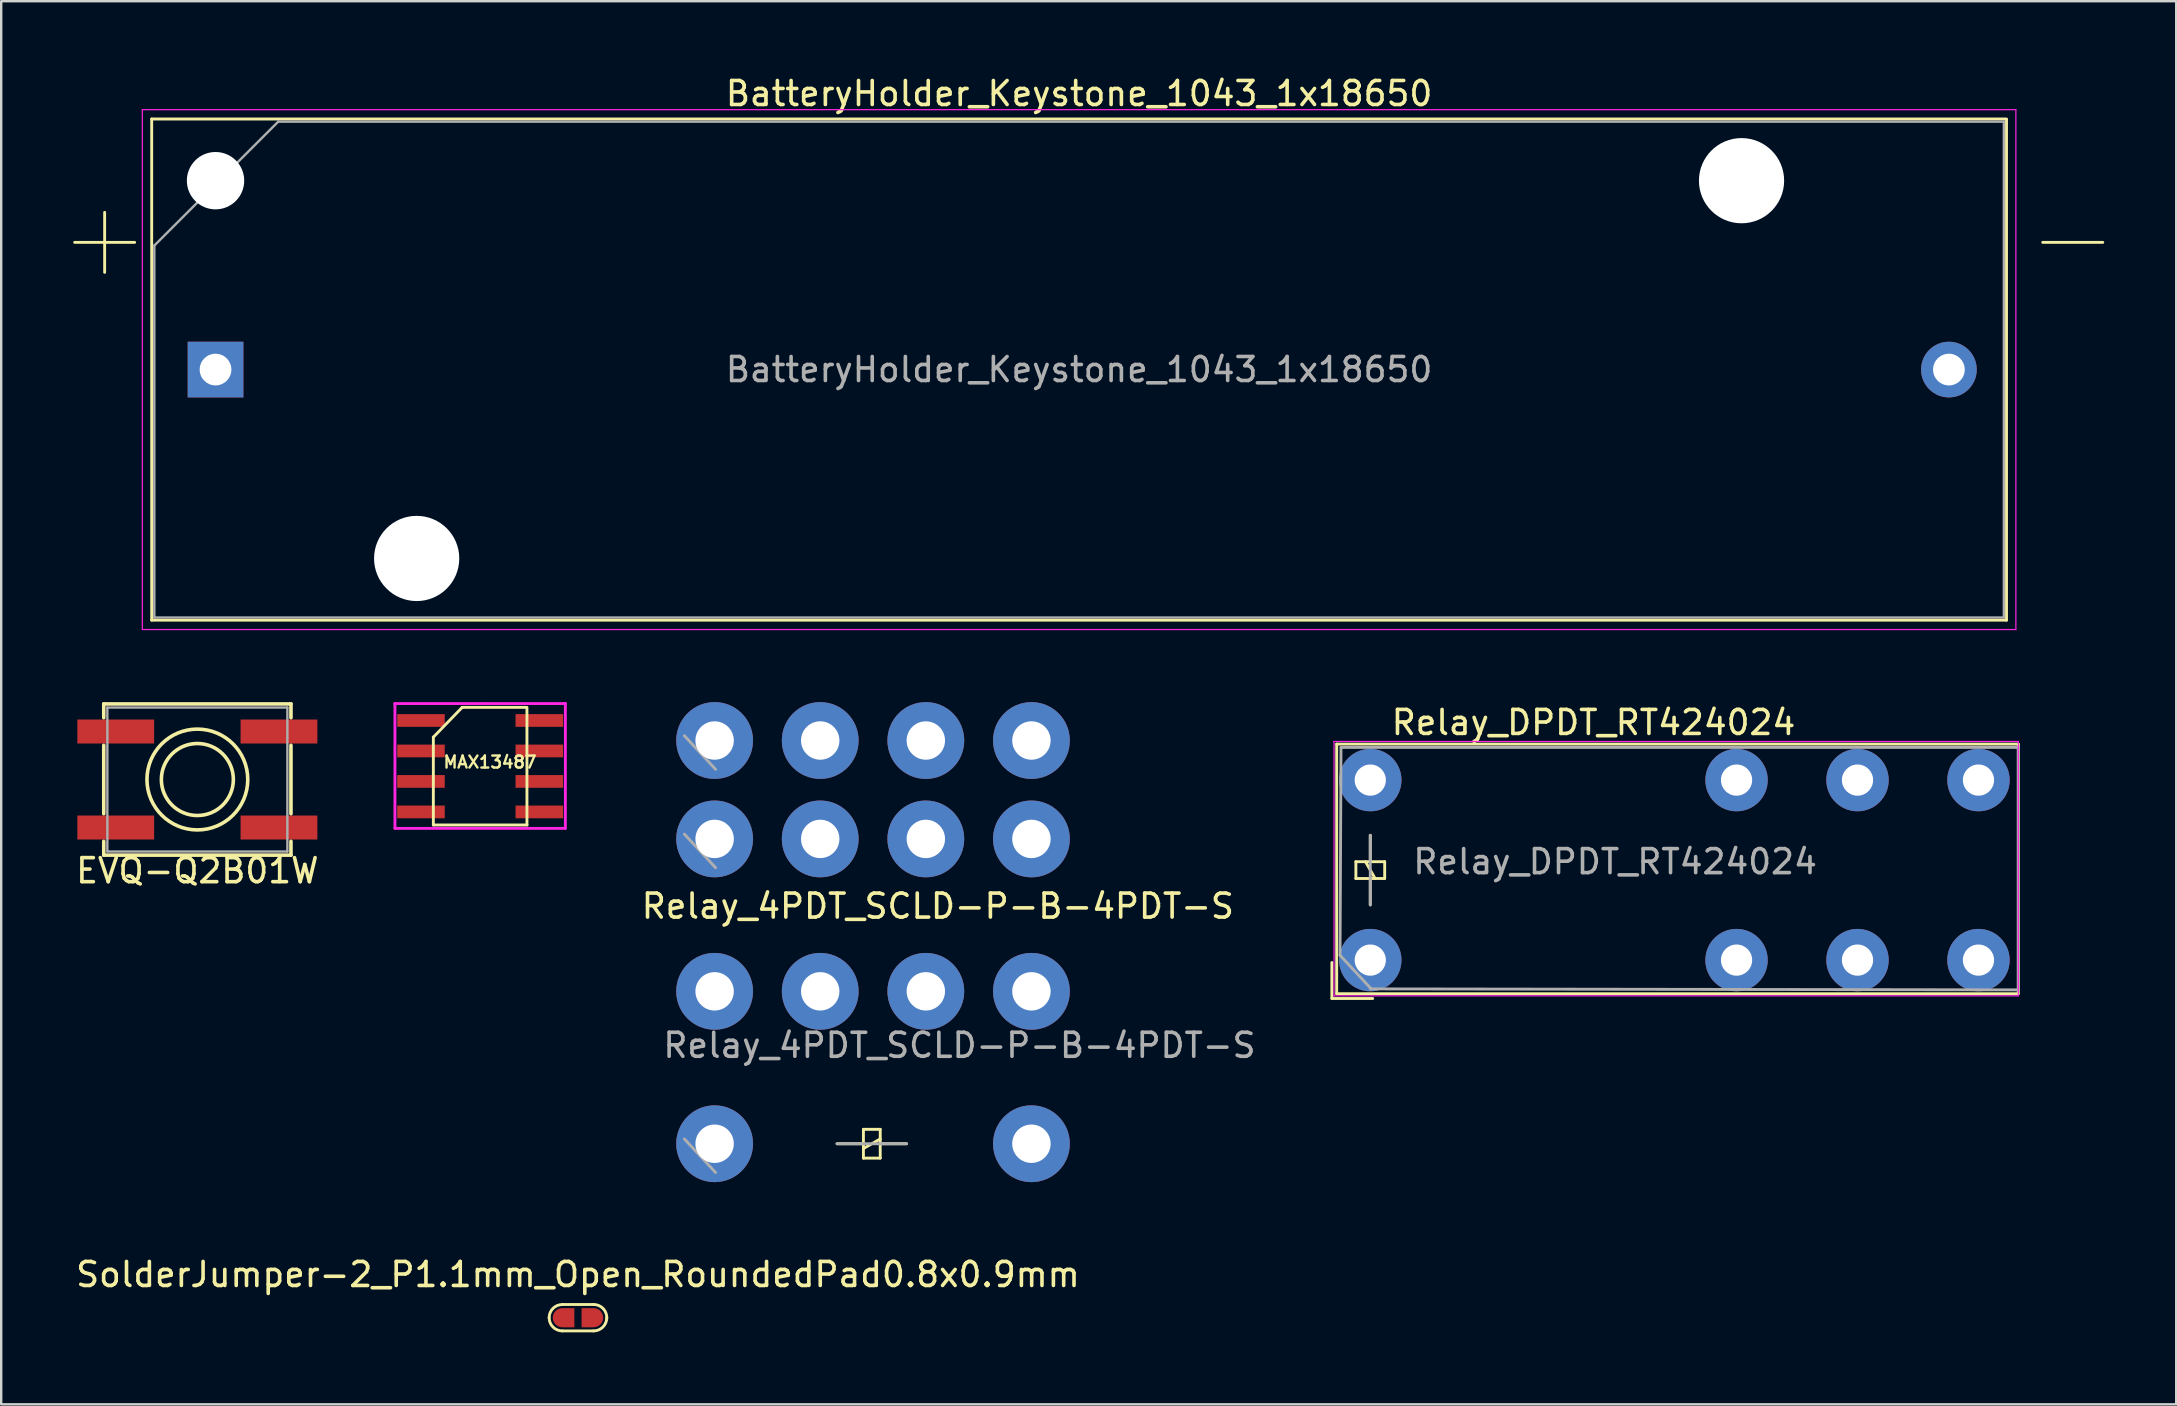
<source format=kicad_pcb>
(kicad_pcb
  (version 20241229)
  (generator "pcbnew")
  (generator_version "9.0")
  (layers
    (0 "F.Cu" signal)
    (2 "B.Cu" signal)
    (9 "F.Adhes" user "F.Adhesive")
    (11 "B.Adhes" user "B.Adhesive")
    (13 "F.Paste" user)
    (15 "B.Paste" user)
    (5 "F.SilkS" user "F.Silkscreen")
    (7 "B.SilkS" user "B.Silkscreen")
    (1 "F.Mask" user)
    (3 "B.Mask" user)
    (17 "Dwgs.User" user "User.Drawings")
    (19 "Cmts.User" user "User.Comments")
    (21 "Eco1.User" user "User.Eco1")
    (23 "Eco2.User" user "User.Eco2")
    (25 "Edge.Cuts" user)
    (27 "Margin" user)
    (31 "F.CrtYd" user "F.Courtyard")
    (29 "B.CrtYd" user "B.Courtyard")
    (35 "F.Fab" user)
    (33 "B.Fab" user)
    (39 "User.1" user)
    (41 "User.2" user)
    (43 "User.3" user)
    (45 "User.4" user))
  (footprint "Relay_4PDT_SCLD-P-B-4PDT-S"
    (layer "F.Cu")
    (at 26.724 44.603)
    (property "Reference" "Relay_4PDT_SCLD-P-B-4PDT-S" (at 9.3 -9.9 0) (layer "F.SilkS") (effects (font (size 1 1) (thickness 0.15))))
    (attr through_hole)
    (fp_line (start 6.2 -0.6) (end 6.2 0.6) (stroke (width 0.12) (type solid)) (layer "F.SilkS"))
    (fp_line (start 6.2 0) (end 5.1 0) (stroke (width 0.12) (type solid)) (layer "F.SilkS"))
    (fp_line (start 6.2 0.6) (end 6.9 0.6) (stroke (width 0.12) (type solid)) (layer "F.SilkS"))
    (fp_line (start 6.9 -0.6) (end 6.2 -0.6) (stroke (width 0.12) (type solid)) (layer "F.SilkS"))
    (fp_line (start 6.9 -0.2) (end 6.2 0.2) (stroke (width 0.12) (type solid)) (layer "F.SilkS"))
    (fp_line (start 6.9 0) (end 8 0) (stroke (width 0.12) (type solid)) (layer "F.SilkS"))
    (fp_line (start 6.9 0.6) (end 6.9 -0.6) (stroke (width 0.12) (type solid)) (layer "F.SilkS"))
    (fp_line (start 0.04 -15.6) (end -1.26 -17) (stroke (width 0.12) (type solid)) (layer "F.Fab"))
    (fp_line (start 0.04 -11.5) (end -1.26 -12.9) (stroke (width 0.12) (type solid)) (layer "F.Fab"))
    (fp_line (start 0.04 1.2) (end -1.26 -0.2) (stroke (width 0.12) (type solid)) (layer "F.Fab"))
    (fp_line (start 8 0) (end 5.1 0) (stroke (width 0.12) (type solid)) (layer "F.Fab"))
    (fp_text user "${REFERENCE}" (at 10.2 -4.1 180) (layer "F.Fab") (effects (font (size 1 1) (thickness 0.15))))
    (pad "1" thru_hole circle (at 0 -16.8 90) (size 3.2 3.2) (drill 1.6) (layers "*.Cu" "*.Mask"))
    (pad "2" thru_hole circle (at 4.4 -16.8 90) (size 3.2 3.2) (drill 1.6) (layers "*.Cu" "*.Mask"))
    (pad "3" thru_hole circle (at 8.8 -16.8 90) (size 3.2 3.2) (drill 1.6) (layers "*.Cu" "*.Mask"))
    (pad "4" thru_hole circle (at 13.2 -16.8 90) (size 3.2 3.2) (drill 1.6) (layers "*.Cu" "*.Mask"))
    (pad "5" thru_hole circle (at 0 -12.7 90) (size 3.2 3.2) (drill 1.6) (layers "*.Cu" "*.Mask"))
    (pad "6" thru_hole circle (at 4.4 -12.7 90) (size 3.2 3.2) (drill 1.6) (layers "*.Cu" "*.Mask"))
    (pad "7" thru_hole circle (at 8.8 -12.7 90) (size 3.2 3.2) (drill 1.6) (layers "*.Cu" "*.Mask"))
    (pad "8" thru_hole circle (at 13.2 -12.7 90) (size 3.2 3.2) (drill 1.6) (layers "*.Cu" "*.Mask"))
    (pad "9" thru_hole circle (at 0 -6.35 90) (size 3.2 3.2) (drill 1.6) (layers "*.Cu" "*.Mask"))
    (pad "10" thru_hole circle (at 4.4 -6.35 90) (size 3.2 3.2) (drill 1.6) (layers "*.Cu" "*.Mask"))
    (pad "11" thru_hole circle (at 8.8 -6.35 90) (size 3.2 3.2) (drill 1.6) (layers "*.Cu" "*.Mask"))
    (pad "12" thru_hole circle (at 13.2 -6.35 90) (size 3.2 3.2) (drill 1.6) (layers "*.Cu" "*.Mask"))
    (pad "13" thru_hole circle (at 0 0 90) (size 3.2 3.2) (drill 1.6) (layers "*.Cu" "*.Mask"))
    (pad "14" thru_hole circle (at 13.2 0 90) (size 3.2 3.2) (drill 1.6) (layers "*.Cu" "*.Mask")))
  (footprint "MAX13487"
    (layer "F.Cu")
    (at 16.955 28.873)
    (property "Reference" "MAX13487" (at 0.41 -0.17 180) (layer "F.SilkS") (effects (font (size 0.5 0.5) (thickness 0.1))))
    (attr smd)
    (fp_line (start -1.95 2.45) (end -1.95 -1.21) (stroke (width 0.12) (type solid)) (layer "F.SilkS"))
    (fp_line (start -0.75 -2.45) (end -1.95 -1.21) (stroke (width 0.12) (type solid)) (layer "F.SilkS"))
    (fp_line (start 1.93 -2.45) (end -0.75 -2.45) (stroke (width 0.12) (type solid)) (layer "F.SilkS"))
    (fp_line (start 1.95 -2.45) (end 1.95 2.45) (stroke (width 0.12) (type solid)) (layer "F.SilkS"))
    (fp_line (start 1.95 2.45) (end -1.95 2.45) (stroke (width 0.12) (type solid)) (layer "F.SilkS"))
    (fp_line (start -3.55 -2.61) (end -3.55 -2.59) (stroke (width 0.12) (type solid)) (layer "F.CrtYd"))
    (fp_line (start -3.55 2.59) (end -3.55 -2.59) (stroke (width 0.12) (type solid)) (layer "F.CrtYd"))
    (fp_line (start 0 -2.61) (end -3.55 -2.61) (stroke (width 0.12) (type solid)) (layer "F.CrtYd"))
    (fp_line (start 0 -2.61) (end 3.52 -2.61) (stroke (width 0.12) (type solid)) (layer "F.CrtYd"))
    (fp_line (start 3.52 -2.61) (end 3.55 -2.61) (stroke (width 0.12) (type solid)) (layer "F.CrtYd"))
    (fp_line (start 3.55 -2.61) (end 3.55 2.59) (stroke (width 0.12) (type solid)) (layer "F.CrtYd"))
    (fp_line (start 3.55 2.59) (end -3.55 2.59) (stroke (width 0.12) (type solid)) (layer "F.CrtYd"))
    (pad "1" smd rect (at -2.465 -1.905) (size 1.98 0.53) (layers "F.Cu" "F.Mask" "F.Paste"))
    (pad "2" smd rect (at -2.465 -0.635) (size 1.98 0.53) (layers "F.Cu" "F.Mask" "F.Paste"))
    (pad "3" smd rect (at -2.465 0.635) (size 1.98 0.53) (layers "F.Cu" "F.Mask" "F.Paste"))
    (pad "4" smd rect (at -2.465 1.905) (size 1.98 0.53) (layers "F.Cu" "F.Mask" "F.Paste"))
    (pad "5" smd rect (at 2.465 1.905) (size 1.98 0.53) (layers "F.Cu" "F.Mask" "F.Paste"))
    (pad "6" smd rect (at 2.465 0.635) (size 1.98 0.53) (layers "F.Cu" "F.Mask" "F.Paste"))
    (pad "7" smd rect (at 2.465 -0.635) (size 1.98 0.53) (layers "F.Cu" "F.Mask" "F.Paste"))
    (pad "8" smd rect (at 2.465 -1.905) (size 1.98 0.53) (layers "F.Cu" "F.Mask" "F.Paste")))
  (footprint "BatteryHolder_Keystone_1043_1x18650"
    (layer "F.Cu")
    (at 41.91 12.348)
    (property "Reference" "BatteryHolder_Keystone_1043_1x18650" (at 0 -11.5 0) (layer "F.SilkS") (effects (font (size 1 1) (thickness 0.15))))
    (attr smd)
    (fp_line (start -41.85 -5.3) (end -39.35 -5.3) (stroke (width 0.12) (type solid)) (layer "F.SilkS"))
    (fp_line (start -40.6 -4.05) (end -40.6 -6.55) (stroke (width 0.12) (type solid)) (layer "F.SilkS"))
    (fp_line (start -38.64 10.44) (end -38.64 -10.44) (stroke (width 0.12) (type solid)) (layer "F.SilkS"))
    (fp_line (start 38.64 -10.44) (end -38.64 -10.44) (stroke (width 0.12) (type solid)) (layer "F.SilkS"))
    (fp_line (start 38.64 10.44) (end -38.64 10.44) (stroke (width 0.12) (type solid)) (layer "F.SilkS"))
    (fp_line (start 38.64 10.44) (end 38.64 -10.42) (stroke (width 0.12) (type solid)) (layer "F.SilkS"))
    (fp_line (start 42.65 -5.3) (end 40.15 -5.3) (stroke (width 0.12) (type solid)) (layer "F.SilkS"))
    (fp_line (start -39.03 -10.83) (end -39.03 10.83) (stroke (width 0.05) (type solid)) (layer "F.CrtYd"))
    (fp_line (start -39.03 -10.83) (end 39.03 -10.83) (stroke (width 0.05) (type solid)) (layer "F.CrtYd"))
    (fp_line (start -39.03 10.83) (end 39.03 10.83) (stroke (width 0.05) (type solid)) (layer "F.CrtYd"))
    (fp_line (start 39.03 -10.83) (end 39.03 10.83) (stroke (width 0.05) (type solid)) (layer "F.CrtYd"))
    (fp_line (start -38.53 -5.168) (end -38.53 10.33) (stroke (width 0.1) (type solid)) (layer "F.Fab"))
    (fp_line (start -38.53 10.33) (end 38.53 10.33) (stroke (width 0.1) (type solid)) (layer "F.Fab"))
    (fp_line (start -33.367 -10.33) (end -38.53 -5.168) (stroke (width 0.1) (type solid)) (layer "F.Fab"))
    (fp_line (start -33.367 -10.33) (end 38.53 -10.33) (stroke (width 0.1) (type solid)) (layer "F.Fab"))
    (fp_line (start 38.53 -10.33) (end 38.53 10.33) (stroke (width 0.1) (type solid)) (layer "F.Fab"))
    (fp_text user "${REFERENCE}" (at 0 0 0) (layer "F.Fab") (effects (font (size 1 1) (thickness 0.15))))
    (pad "" np_thru_hole circle (at -35.98 -7.87) (size 2.39 2.39) (drill 2.39) (layers "*.Cu" "*.Mask"))
    (pad "" np_thru_hole circle (at -27.6 7.87) (size 3.55 3.55) (drill 3.55) (layers "*.Cu" "*.Mask"))
    (pad "" np_thru_hole circle (at 27.6 -7.87) (size 3.55 3.55) (drill 3.55) (layers "*.Cu" "*.Mask"))
    (pad "1" thru_hole rect (at -35.98 0) (size 2.32 2.32) (drill 1.32) (layers "*.Cu" "*.Mask"))
    (pad "2" thru_hole circle (at 36.24 0) (size 2.32 2.32) (drill 1.32) (layers "*.Cu" "*.Mask")))
  (footprint "Relay_DPDT_RT424024"
    (layer "F.Cu")
    (at 54.042 36.952)
    (property "Reference" "Relay_DPDT_RT424024" (at 9.3 -9.9 0) (layer "F.SilkS") (effects (font (size 1 1) (thickness 0.15))))
    (attr through_hole)
    (fp_line (start -1.6 1.6) (end -1.6 0.1) (stroke (width 0.12) (type solid)) (layer "F.SilkS"))
    (fp_line (start -1.4 -9) (end 27 -9) (stroke (width 0.12) (type solid)) (layer "F.SilkS"))
    (fp_line (start -1.4 1.4) (end -1.4 -9) (stroke (width 0.12) (type solid)) (layer "F.SilkS"))
    (fp_line (start -0.6 -4.1) (end -0.6 -3.4) (stroke (width 0.12) (type solid)) (layer "F.SilkS"))
    (fp_line (start -0.6 -3.4) (end 0.6 -3.4) (stroke (width 0.12) (type solid)) (layer "F.SilkS"))
    (fp_line (start 0 -4.1) (end 0 -5.2) (stroke (width 0.12) (type solid)) (layer "F.SilkS"))
    (fp_line (start 0 -3.4) (end 0 -2.3) (stroke (width 0.12) (type solid)) (layer "F.SilkS"))
    (fp_line (start 0.1 1.6) (end -1.6 1.6) (stroke (width 0.12) (type solid)) (layer "F.SilkS"))
    (fp_line (start 0.2 -3.4) (end -0.2 -4.1) (stroke (width 0.12) (type solid)) (layer "F.SilkS"))
    (fp_line (start 0.6 -4.1) (end -0.6 -4.1) (stroke (width 0.12) (type solid)) (layer "F.SilkS"))
    (fp_line (start 0.6 -3.4) (end 0.6 -4.1) (stroke (width 0.12) (type solid)) (layer "F.SilkS"))
    (fp_line (start 27 -9) (end 27 1.4) (stroke (width 0.12) (type solid)) (layer "F.SilkS"))
    (fp_line (start 27 1.4) (end -1.4 1.4) (stroke (width 0.12) (type solid)) (layer "F.SilkS"))
    (fp_line (start -1.51 -9.11) (end -1.51 1.49) (stroke (width 0.05) (type solid)) (layer "F.CrtYd"))
    (fp_line (start -1.51 -9.11) (end 27 -9.11) (stroke (width 0.05) (type solid)) (layer "F.CrtYd"))
    (fp_line (start 27 1.49) (end -1.51 1.49) (stroke (width 0.05) (type solid)) (layer "F.CrtYd"))
    (fp_line (start 27 1.49) (end 27 -9.11) (stroke (width 0.05) (type solid)) (layer "F.CrtYd"))
    (fp_line (start -1.22 -8.86) (end -1.26 -0.2) (stroke (width 0.12) (type solid)) (layer "F.Fab"))
    (fp_line (start -1.22 -8.86) (end 27 -8.86) (stroke (width 0.12) (type solid)) (layer "F.Fab"))
    (fp_line (start 0 -2.3) (end 0 -5.2) (stroke (width 0.12) (type solid)) (layer "F.Fab"))
    (fp_line (start 0.04 1.2) (end -1.26 -0.2) (stroke (width 0.12) (type solid)) (layer "F.Fab"))
    (fp_line (start 27 -8.86) (end 27 1.24) (stroke (width 0.12) (type solid)) (layer "F.Fab"))
    (fp_line (start 27 1.24) (end 0 1.2) (stroke (width 0.12) (type solid)) (layer "F.Fab"))
    (fp_text user "${REFERENCE}" (at 10.2 -4.1 180) (layer "F.Fab") (effects (font (size 1 1) (thickness 0.15))))
    (pad "11" thru_hole circle (at 20.3 -7.5 90) (size 2.6 2.6) (drill 1.3) (layers "*.Cu" "*.Mask"))
    (pad "12" thru_hole circle (at 15.26 -7.5 90) (size 2.6 2.6) (drill 1.3) (layers "*.Cu" "*.Mask"))
    (pad "14" thru_hole circle (at 25.34 -7.5 90) (size 2.6 2.6) (drill 1.3) (layers "*.Cu" "*.Mask"))
    (pad "21" thru_hole circle (at 20.3 0 90) (size 2.6 2.6) (drill 1.3) (layers "*.Cu" "*.Mask"))
    (pad "22" thru_hole circle (at 15.26 0 90) (size 2.6 2.6) (drill 1.3) (layers "*.Cu" "*.Mask"))
    (pad "24" thru_hole circle (at 25.34 0 90) (size 2.6 2.6) (drill 1.3) (layers "*.Cu" "*.Mask"))
    (pad "A1" thru_hole circle (at 0 -7.5 90) (size 2.6 2.6) (drill 1.3) (layers "*.Cu" "*.Mask"))
    (pad "A2" thru_hole circle (at 0 0 90) (size 2.6 2.6) (drill 1.3) (layers "*.Cu" "*.Mask")))
  (footprint "EVQ-Q2B01W"
    (layer "F.Cu")
    (at 5.173 29.428)
    (property "Reference" "EVQ-Q2B01W" (at 0 3.8 0) (layer "F.SilkS") (effects (font (size 1 1) (thickness 0.15))))
    (attr through_hole)
    (fp_line (start -3.9 -3.15) (end 3.9 -3.15) (stroke (width 0.15) (type solid)) (layer "F.SilkS"))
    (fp_line (start -3.9 -2.575) (end -3.9 -3.15) (stroke (width 0.15) (type solid)) (layer "F.SilkS"))
    (fp_line (start -3.9 1.425) (end -3.9 -1.425) (stroke (width 0.15) (type solid)) (layer "F.SilkS"))
    (fp_line (start -3.9 3.15) (end -3.9 2.575) (stroke (width 0.15) (type solid)) (layer "F.SilkS"))
    (fp_line (start 3.9 -3.15) (end 3.9 -2.575) (stroke (width 0.15) (type solid)) (layer "F.SilkS"))
    (fp_line (start 3.9 -1.425) (end 3.9 1.425) (stroke (width 0.15) (type solid)) (layer "F.SilkS"))
    (fp_line (start 3.9 2.575) (end 3.9 3.15) (stroke (width 0.15) (type solid)) (layer "F.SilkS"))
    (fp_line (start 3.9 3.15) (end -3.9 3.15) (stroke (width 0.15) (type solid)) (layer "F.SilkS"))
    (fp_circle (center 0 0) (end -2.1 0) (stroke (width 0.15) (type solid)) (fill no) (layer "F.SilkS"))
    (fp_circle (center 0 0) (end -1.5 0) (stroke (width 0.15) (type solid)) (fill no) (layer "F.SilkS"))
    (fp_line (start -3.75 -3) (end -3.75 3) (stroke (width 0.1) (type solid)) (layer "F.Fab"))
    (fp_line (start -3.75 3) (end 3.75 3) (stroke (width 0.1) (type solid)) (layer "F.Fab"))
    (fp_line (start 3.75 -3) (end -3.75 -3) (stroke (width 0.1) (type solid)) (layer "F.Fab"))
    (fp_line (start 3.75 3) (end 3.75 -3) (stroke (width 0.1) (type solid)) (layer "F.Fab"))
    (pad "1" smd rect (at -3.4 -2) (size 3.2 1) (layers "F.Cu" "F.Mask" "F.Paste"))
    (pad "1" smd rect (at 3.4 -2) (size 3.2 1) (layers "F.Cu" "F.Mask" "F.Paste"))
    (pad "2" smd rect (at -3.4 2) (size 3.2 1) (layers "F.Cu" "F.Mask" "F.Paste"))
    (pad "2" smd rect (at 3.4 2) (size 3.2 1) (layers "F.Cu" "F.Mask" "F.Paste")))
  (footprint "SolderJumper-2_P1.1mm_Open_RoundedPad0.8x0.9mm"
    (layer "F.Cu")
    (at 21.03 51.852)
    (property "Reference" "SolderJumper-2_P1.1mm_Open_RoundedPad0.8x0.9mm" (at 0 -1.8 0) (layer "F.SilkS") (effects (font (size 1 1) (thickness 0.15))))
    (attr exclude_from_pos_files exclude_from_bom)
    (fp_line (start -0.65 -0.55) (end 0.65 -0.55) (stroke (width 0.12) (type solid)) (layer "F.SilkS"))
    (fp_line (start 0.65 0.55) (end -0.65 0.55) (stroke (width 0.12) (type solid)) (layer "F.SilkS"))
    (fp_arc (start -1.2 0) (mid -1.038909 -0.388909) (end -0.65 -0.55) (stroke (width 0.12) (type solid)) (layer "F.SilkS"))
    (fp_arc (start -0.65 0.55) (mid -1.038909 0.388909) (end -1.2 0) (stroke (width 0.12) (type solid)) (layer "F.SilkS"))
    (fp_arc (start 0.65 -0.552268) (mid 1.057807 -0.372415) (end 1.2 0.05) (stroke (width 0.12) (type solid)) (layer "F.SilkS"))
    (fp_arc (start 1.2 0) (mid 1.038909 0.388909) (end 0.65 0.55) (stroke (width 0.12) (type solid)) (layer "F.SilkS"))
    (pad "1" smd custom (at -0.55 0) (size 0.8 0.3) (layers "F.Cu" "F.Mask") (options (anchor rect)) (primitives (gr_poly (pts (xy -0.1 -0.4) (xy 0.4 -0.4) (xy 0.4 0.4) (xy -0.1 0.4)) (width 0) (fill yes)) (gr_circle (center -0.1 0) (end 0.3 0) (width 0) (fill yes))))
    (pad "2" smd custom (at 0.55 0 180) (size 0.8 0.3) (layers "F.Cu" "F.Mask") (options (anchor rect)) (primitives (gr_poly (pts (xy -0.1 -0.4) (xy 0.4 -0.4) (xy 0.4 0.4) (xy -0.1 0.4)) (width 0) (fill yes)) (gr_circle (center -0.1 0) (end 0.3 0) (width 0) (fill yes)))))
  (gr_rect
    (start -3 -3)
    (end 87.62 55.462)
    (stroke (width 0.1) (type default))
    (fill no)
    (layer "Edge.Cuts")))
</source>
